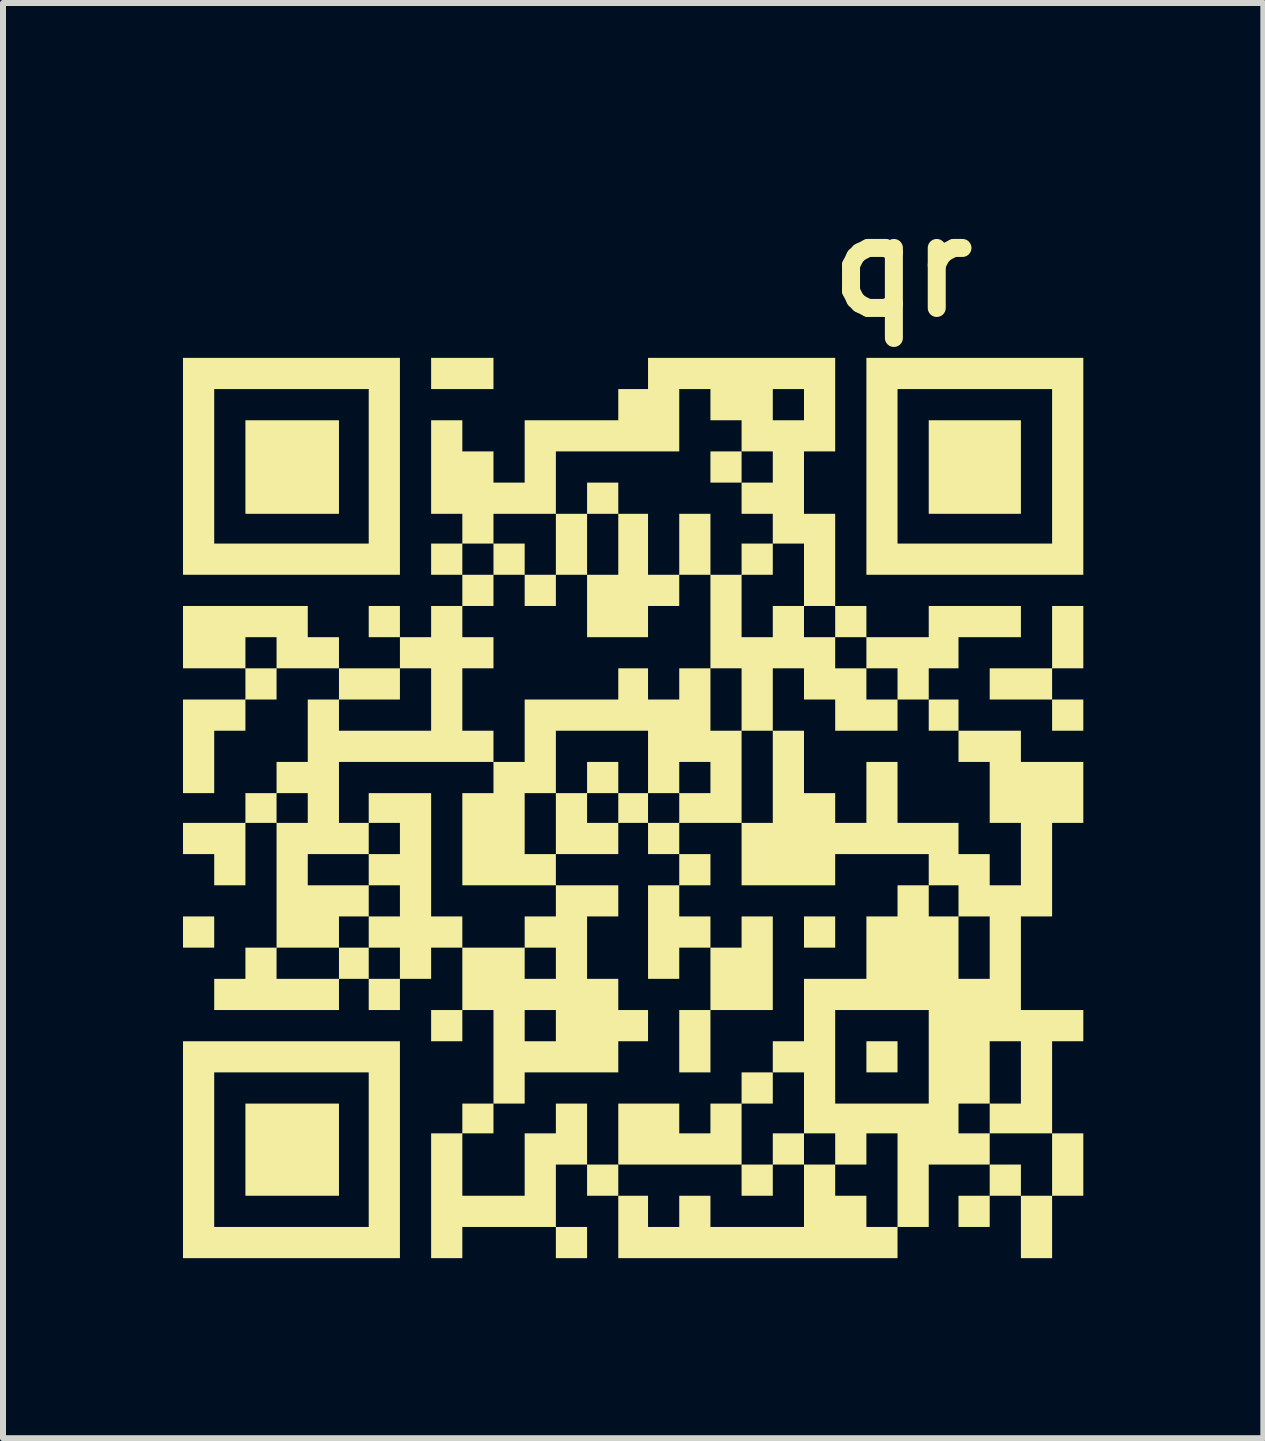
<source format=kicad_pcb>
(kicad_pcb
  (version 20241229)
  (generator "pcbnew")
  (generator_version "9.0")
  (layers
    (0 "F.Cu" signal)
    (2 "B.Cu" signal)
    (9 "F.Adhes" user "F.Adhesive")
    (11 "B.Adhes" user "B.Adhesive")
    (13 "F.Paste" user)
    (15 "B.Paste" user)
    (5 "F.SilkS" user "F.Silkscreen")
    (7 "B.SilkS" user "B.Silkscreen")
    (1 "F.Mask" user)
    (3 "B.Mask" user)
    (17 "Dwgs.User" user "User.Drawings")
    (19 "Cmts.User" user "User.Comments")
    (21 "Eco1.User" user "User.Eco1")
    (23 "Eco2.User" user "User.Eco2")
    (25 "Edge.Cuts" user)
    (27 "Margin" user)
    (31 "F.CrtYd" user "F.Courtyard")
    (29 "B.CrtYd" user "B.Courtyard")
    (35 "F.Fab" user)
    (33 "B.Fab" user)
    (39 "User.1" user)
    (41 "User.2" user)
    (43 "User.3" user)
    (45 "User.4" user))
  (footprint "qr"
    (layer "F.Cu")
    (at 7.49 10.404)
    (property "Reference" "qr" (at 4.5 -9 0) (layer "F.SilkS") (effects (font (size 1.5 1.5) (thickness 0.3))))
    (attr board_only exclude_from_pos_files exclude_from_bom)
    (fp_poly (pts (xy -6.97 2.079) (xy -6.97 2.339) (xy -7.23 2.339) (xy -7.49 2.339) (xy -7.49 2.079) (xy -7.49 1.819) (xy -7.23 1.819) (xy -6.97 1.819)) (stroke (width 0) (type solid)) (fill yes) (layer "F.SilkS"))
    (fp_poly (pts (xy -4.891 -5.671) (xy -4.891 -4.891) (xy -5.671 -4.891) (xy -6.45 -4.891) (xy -6.45 -5.671) (xy -6.45 -6.45) (xy -5.671 -6.45) (xy -4.891 -6.45)) (stroke (width 0) (type solid)) (fill yes) (layer "F.SilkS"))
    (fp_poly (pts (xy -4.891 5.706) (xy -4.891 6.474) (xy -5.671 6.474) (xy -6.45 6.474) (xy -6.45 5.706) (xy -6.45 4.938) (xy -5.671 4.938) (xy -4.891 4.938)) (stroke (width 0) (type solid)) (fill yes) (layer "F.SilkS"))
    (fp_poly (pts (xy -2.316 -7.23) (xy -2.316 -6.97) (xy -2.835 -6.97) (xy -3.355 -6.97) (xy -3.355 -7.23) (xy -3.355 -7.49) (xy -2.835 -7.49) (xy -2.316 -7.49)) (stroke (width 0) (type solid)) (fill yes) (layer "F.SilkS"))
    (fp_poly (pts (xy -0.756 7.254) (xy -0.756 7.514) (xy -1.016 7.514) (xy -1.276 7.514) (xy -1.276 7.254) (xy -1.276 6.994) (xy -1.016 6.994) (xy -0.756 6.994)) (stroke (width 0) (type solid)) (fill yes) (layer "F.SilkS"))
    (fp_poly (pts (xy -0.236 -0.496) (xy -0.236 -0.236) (xy -0.496 -0.236) (xy -0.756 -0.236) (xy -0.756 -0.496) (xy -0.756 -0.756) (xy -0.496 -0.756) (xy -0.236 -0.756)) (stroke (width 0) (type solid)) (fill yes) (layer "F.SilkS"))
    (fp_poly (pts (xy -0.236 6.214) (xy -0.236 6.474) (xy -0.496 6.474) (xy -0.756 6.474) (xy -0.756 6.214) (xy -0.756 5.954) (xy -0.496 5.954) (xy -0.236 5.954)) (stroke (width 0) (type solid)) (fill yes) (layer "F.SilkS"))
    (fp_poly (pts (xy 1.819 -5.671) (xy 1.819 -5.411) (xy 1.559 -5.411) (xy 1.3 -5.411) (xy 1.3 -5.671) (xy 1.3 -5.931) (xy 1.559 -5.931) (xy 1.819 -5.931)) (stroke (width 0) (type solid)) (fill yes) (layer "F.SilkS"))
    (fp_poly (pts (xy 3.379 2.079) (xy 3.379 2.339) (xy 3.119 2.339) (xy 2.859 2.339) (xy 2.859 2.079) (xy 2.859 1.819) (xy 3.119 1.819) (xy 3.379 1.819)) (stroke (width 0) (type solid)) (fill yes) (layer "F.SilkS"))
    (fp_poly (pts (xy 4.418 4.159) (xy 4.418 4.418) (xy 4.159 4.418) (xy 3.899 4.418) (xy 3.899 4.159) (xy 3.899 3.899) (xy 4.159 3.899) (xy 4.418 3.899)) (stroke (width 0) (type solid)) (fill yes) (layer "F.SilkS"))
    (fp_poly (pts (xy 5.434 -1.536) (xy 5.434 -1.276) (xy 5.186 -1.276) (xy 4.938 -1.276) (xy 4.938 -1.536) (xy 4.938 -1.796) (xy 5.186 -1.796) (xy 5.434 -1.796)) (stroke (width 0) (type solid)) (fill yes) (layer "F.SilkS"))
    (fp_poly (pts (xy 6.474 -5.671) (xy 6.474 -4.891) (xy 5.706 -4.891) (xy 4.938 -4.891) (xy 4.938 -5.671) (xy 4.938 -6.45) (xy 5.706 -6.45) (xy 6.474 -6.45)) (stroke (width 0) (type solid)) (fill yes) (layer "F.SilkS"))
    (fp_poly (pts (xy 7.514 -1.536) (xy 7.514 -1.276) (xy 7.254 -1.276) (xy 6.994 -1.276) (xy 6.994 -1.536) (xy 6.994 -1.796) (xy 7.254 -1.796) (xy 7.514 -1.796)) (stroke (width 0) (type solid)) (fill yes) (layer "F.SilkS"))
    (fp_poly (pts (xy 7.514 -2.835) (xy 7.514 -2.316) (xy 7.254 -2.316) (xy 6.994 -2.316) (xy 6.994 -2.056) (xy 6.994 -1.796) (xy 6.474 -1.796) (xy 5.954 -1.796) (xy 5.954 -2.056) (xy 5.954 -2.316) (xy 6.474 -2.316) (xy 6.994 -2.316) (xy 6.994 -2.835) (xy 6.994 -3.355) (xy 7.254 -3.355) (xy 7.514 -3.355)) (stroke (width 0) (type solid)) (fill yes) (layer "F.SilkS"))
    (fp_poly (pts (xy -3.875 -5.683) (xy -3.875 -3.875) (xy -5.683 -3.875) (xy -7.49 -3.875) (xy -7.49 -5.683) (xy -6.97 -5.683) (xy -6.97 -4.395) (xy -5.683 -4.395) (xy -4.395 -4.395) (xy -4.395 -5.683) (xy -4.395 -6.97) (xy -5.683 -6.97) (xy -6.97 -6.97) (xy -6.97 -5.683) (xy -7.49 -5.683) (xy -7.49 -7.49) (xy -5.683 -7.49) (xy -3.875 -7.49)) (stroke (width 0) (type solid)) (fill yes) (layer "F.SilkS"))
    (fp_poly (pts (xy -3.875 5.706) (xy -3.875 7.514) (xy -5.683 7.514) (xy -7.49 7.514) (xy -7.49 5.706) (xy -6.97 5.706) (xy -6.97 6.994) (xy -5.683 6.994) (xy -4.395 6.994) (xy -4.395 5.706) (xy -4.395 4.418) (xy -5.683 4.418) (xy -6.97 4.418) (xy -6.97 5.706) (xy -7.49 5.706) (xy -7.49 3.899) (xy -5.683 3.899) (xy -3.875 3.899)) (stroke (width 0) (type solid)) (fill yes) (layer "F.SilkS"))
    (fp_poly (pts (xy 7.514 -5.683) (xy 7.514 -3.875) (xy 5.706 -3.875) (xy 3.899 -3.875) (xy 3.899 -5.683) (xy 4.418 -5.683) (xy 4.418 -4.395) (xy 5.706 -4.395) (xy 6.994 -4.395) (xy 6.994 -5.683) (xy 6.994 -6.97) (xy 5.706 -6.97) (xy 4.418 -6.97) (xy 4.418 -5.683) (xy 3.899 -5.683) (xy 3.899 -7.49) (xy 5.706 -7.49) (xy 7.514 -7.49)) (stroke (width 0) (type solid)) (fill yes) (layer "F.SilkS"))
    (fp_poly (pts (xy 3.899 -3.095) (xy 3.899 -2.835) (xy 4.418 -2.835) (xy 4.938 -2.835) (xy 4.938 -3.095) (xy 4.938 -3.355) (xy 5.706 -3.355) (xy 6.474 -3.355) (xy 6.474 -3.095) (xy 6.474 -2.835) (xy 5.954 -2.835) (xy 5.434 -2.835) (xy 5.434 -2.575) (xy 5.434 -2.316) (xy 5.186 -2.316) (xy 4.938 -2.316) (xy 4.938 -2.056) (xy 4.938 -1.796) (xy 4.678 -1.796) (xy 4.418 -1.796) (xy 4.418 -2.056) (xy 4.418 -2.316) (xy 4.159 -2.316) (xy 3.899 -2.316) (xy 3.899 -2.575) (xy 3.899 -2.835) (xy 3.639 -2.835) (xy 3.379 -2.835) (xy 3.379 -3.095) (xy 3.379 -3.355) (xy 3.639 -3.355) (xy 3.899 -3.355)) (stroke (width 0) (type solid)) (fill yes) (layer "F.SilkS"))
    (fp_poly (pts (xy 7.514 5.954) (xy 7.514 6.474) (xy 7.254 6.474) (xy 6.994 6.474) (xy 6.994 6.994) (xy 6.994 7.514) (xy 6.734 7.514) (xy 6.474 7.514) (xy 6.474 6.994) (xy 6.474 6.474) (xy 6.214 6.474) (xy 5.954 6.474) (xy 5.954 6.734) (xy 5.954 6.994) (xy 5.694 6.994) (xy 5.434 6.994) (xy 5.434 6.734) (xy 5.434 6.474) (xy 5.694 6.474) (xy 5.954 6.474) (xy 5.954 6.214) (xy 5.954 5.954) (xy 6.214 5.954) (xy 6.474 5.954) (xy 6.474 6.214) (xy 6.474 6.474) (xy 6.734 6.474) (xy 6.994 6.474) (xy 6.994 5.954) (xy 6.994 5.434) (xy 7.254 5.434) (xy 7.514 5.434)) (stroke (width 0) (type solid)) (fill yes) (layer "F.SilkS"))
    (fp_poly (pts (xy 2.339 4.678) (xy 2.339 4.938) (xy 2.079 4.938) (xy 1.819 4.938) (xy 1.819 5.446) (xy 1.819 5.954) (xy 2.079 5.954) (xy 2.339 5.954) (xy 2.339 5.694) (xy 2.339 5.434) (xy 2.599 5.434) (xy 2.859 5.434) (xy 2.859 5.694) (xy 2.859 5.954) (xy 2.599 5.954) (xy 2.339 5.954) (xy 2.339 6.214) (xy 2.339 6.474) (xy 2.079 6.474) (xy 1.819 6.474) (xy 1.819 6.214) (xy 1.819 5.954) (xy 0.792 5.954) (xy -0.236 5.954) (xy -0.236 5.446) (xy -0.236 4.938) (xy 0.272 4.938) (xy 0.78 4.938) (xy 0.78 5.186) (xy 0.78 5.434) (xy 1.04 5.434) (xy 1.3 5.434) (xy 1.3 5.186) (xy 1.3 4.938) (xy 1.559 4.938) (xy 1.819 4.938) (xy 1.819 4.678) (xy 1.819 4.418) (xy 2.079 4.418) (xy 2.339 4.418)) (stroke (width 0) (type solid)) (fill yes) (layer "F.SilkS"))
    (fp_poly (pts (xy 1.3 1.04) (xy 1.3 1.3) (xy 1.04 1.3) (xy 0.78 1.3) (xy 0.78 1.559) (xy 0.78 1.819) (xy 1.04 1.819) (xy 1.3 1.819) (xy 1.3 2.079) (xy 1.3 2.339) (xy 1.559 2.339) (xy 1.819 2.339) (xy 1.819 2.079) (xy 1.819 1.819) (xy 2.079 1.819) (xy 2.339 1.819) (xy 2.339 2.599) (xy 2.339 3.379) (xy 1.819 3.379) (xy 1.3 3.379) (xy 1.3 3.899) (xy 1.3 4.418) (xy 1.04 4.418) (xy 0.78 4.418) (xy 0.78 3.899) (xy 0.78 3.379) (xy 1.04 3.379) (xy 1.3 3.379) (xy 1.3 2.859) (xy 1.3 2.339) (xy 1.04 2.339) (xy 0.78 2.339) (xy 0.78 2.599) (xy 0.78 2.859) (xy 0.52 2.859) (xy 0.26 2.859) (xy 0.26 2.079) (xy 0.26 1.3) (xy 0.52 1.3) (xy 0.78 1.3) (xy 0.78 1.04) (xy 0.78 0.78) (xy 1.04 0.78) (xy 1.3 0.78)) (stroke (width 0) (type solid)) (fill yes) (layer "F.SilkS"))
    (fp_poly (pts (xy 3.379 -6.71) (xy 3.379 -5.931) (xy 3.119 -5.931) (xy 2.859 -5.931) (xy 2.859 -5.411) (xy 2.859 -4.891) (xy 3.119 -4.891) (xy 3.379 -4.891) (xy 3.379 -4.123) (xy 3.379 -3.355) (xy 3.119 -3.355) (xy 2.859 -3.355) (xy 2.859 -3.875) (xy 2.859 -4.395) (xy 2.599 -4.395) (xy 2.339 -4.395) (xy 2.339 -4.643) (xy 2.339 -4.891) (xy 2.079 -4.891) (xy 1.819 -4.891) (xy 1.819 -5.151) (xy 1.819 -5.411) (xy 2.079 -5.411) (xy 2.339 -5.411) (xy 2.339 -5.671) (xy 2.339 -5.931) (xy 2.079 -5.931) (xy 1.819 -5.931) (xy 1.819 -6.191) (xy 1.819 -6.45) (xy 1.559 -6.45) (xy 1.3 -6.45) (xy 1.3 -6.71) (xy 2.339 -6.71) (xy 2.339 -6.45) (xy 2.599 -6.45) (xy 2.859 -6.45) (xy 2.859 -6.71) (xy 2.859 -6.97) (xy 2.599 -6.97) (xy 2.339 -6.97) (xy 2.339 -6.71) (xy 1.3 -6.71) (xy 1.3 -6.97) (xy 1.04 -6.97) (xy 0.78 -6.97) (xy 0.78 -6.45) (xy 0.78 -5.931) (xy -0.248 -5.931) (xy -1.276 -5.931) (xy -1.276 -5.411) (xy -1.276 -4.891) (xy -1.796 -4.891) (xy -2.316 -4.891) (xy -2.316 -4.643) (xy -2.316 -4.395) (xy -2.575 -4.395) (xy -2.835 -4.395) (xy -2.835 -4.135) (xy -2.835 -3.875) (xy -3.095 -3.875) (xy -3.355 -3.875) (xy -3.355 -4.135) (xy -3.355 -4.395) (xy -3.095 -4.395) (xy -2.835 -4.395) (xy -2.835 -4.643) (xy -2.835 -4.891) (xy -3.095 -4.891) (xy -3.355 -4.891) (xy -3.355 -5.671) (xy -3.355 -6.45) (xy -3.095 -6.45) (xy -2.835 -6.45) (xy -2.835 -6.191) (xy -2.835 -5.931) (xy -2.575 -5.931) (xy -2.316 -5.931) (xy -2.316 -5.671) (xy -2.316 -5.411) (xy -2.056 -5.411) (xy -1.796 -5.411) (xy -1.796 -5.931) (xy -1.796 -6.45) (xy -1.016 -6.45) (xy -0.236 -6.45) (xy -0.236 -6.71) (xy -0.236 -6.97) (xy 0.012 -6.97) (xy 0.26 -6.97) (xy 0.26 -7.23) (xy 0.26 -7.49) (xy 1.819 -7.49) (xy 3.379 -7.49)) (stroke (width 0) (type solid)) (fill yes) (layer "F.SilkS"))
    (fp_poly (pts (xy 2.859 -0.756) (xy 2.859 -0.236) (xy 3.119 -0.236) (xy 3.379 -0.236) (xy 3.379 0.012) (xy 3.379 0.26) (xy 3.639 0.26) (xy 3.899 0.26) (xy 3.899 -0.248) (xy 3.899 -0.756) (xy 4.159 -0.756) (xy 4.418 -0.756) (xy 4.418 -0.248) (xy 4.418 0.26) (xy 4.926 0.26) (xy 5.434 0.26) (xy 5.434 0.52) (xy 5.434 0.78) (xy 5.694 0.78) (xy 5.954 0.78) (xy 5.954 1.04) (xy 5.954 1.3) (xy 6.214 1.3) (xy 6.474 1.3) (xy 6.474 0.78) (xy 6.474 0.26) (xy 6.214 0.26) (xy 5.954 0.26) (xy 5.954 -0.248) (xy 5.954 -0.756) (xy 5.694 -0.756) (xy 5.434 -0.756) (xy 5.434 -1.016) (xy 5.434 -1.276) (xy 5.954 -1.276) (xy 6.474 -1.276) (xy 6.474 -1.016) (xy 6.474 -0.756) (xy 6.994 -0.756) (xy 7.514 -0.756) (xy 7.514 -0.248) (xy 7.514 0.26) (xy 7.254 0.26) (xy 6.994 0.26) (xy 6.994 1.04) (xy 6.994 1.819) (xy 6.734 1.819) (xy 6.474 1.819) (xy 6.474 2.599) (xy 6.474 3.379) (xy 6.994 3.379) (xy 7.514 3.379) (xy 7.514 3.639) (xy 7.514 3.899) (xy 7.254 3.899) (xy 6.994 3.899) (xy 6.994 4.667) (xy 6.994 5.434) (xy 6.474 5.434) (xy 5.954 5.434) (xy 5.954 5.694) (xy 5.954 5.954) (xy 5.446 5.954) (xy 4.938 5.954) (xy 4.938 6.474) (xy 4.938 6.994) (xy 4.678 6.994) (xy 4.418 6.994) (xy 4.418 7.254) (xy 4.418 7.514) (xy 2.091 7.514) (xy -0.236 7.514) (xy -0.236 6.994) (xy -0.236 6.474) (xy 0.012 6.474) (xy 0.26 6.474) (xy 0.26 6.734) (xy 0.26 6.994) (xy 0.52 6.994) (xy 0.78 6.994) (xy 0.78 6.734) (xy 0.78 6.474) (xy 1.04 6.474) (xy 1.3 6.474) (xy 1.3 6.734) (xy 1.3 6.994) (xy 2.079 6.994) (xy 2.859 6.994) (xy 2.859 6.474) (xy 2.859 5.954) (xy 3.119 5.954) (xy 3.379 5.954) (xy 3.379 6.214) (xy 3.379 6.474) (xy 3.639 6.474) (xy 3.899 6.474) (xy 3.899 6.734) (xy 3.899 6.994) (xy 4.159 6.994) (xy 4.418 6.994) (xy 4.418 6.214) (xy 4.418 5.434) (xy 4.159 5.434) (xy 3.899 5.434) (xy 3.899 5.694) (xy 3.899 5.954) (xy 3.639 5.954) (xy 3.379 5.954) (xy 3.379 5.694) (xy 3.379 5.434) (xy 3.119 5.434) (xy 2.859 5.434) (xy 2.859 4.926) (xy 2.859 4.418) (xy 2.599 4.418) (xy 2.339 4.418) (xy 2.339 4.159) (xy 3.379 4.159) (xy 3.379 4.938) (xy 4.159 4.938) (xy 4.938 4.938) (xy 5.434 4.938) (xy 5.434 5.186) (xy 5.434 5.434) (xy 5.694 5.434) (xy 5.954 5.434) (xy 5.954 5.186) (xy 5.954 4.938) (xy 6.214 4.938) (xy 6.474 4.938) (xy 6.474 4.418) (xy 6.474 3.899) (xy 6.214 3.899) (xy 5.954 3.899) (xy 5.954 4.418) (xy 5.954 4.938) (xy 5.694 4.938) (xy 5.434 4.938) (xy 4.938 4.938) (xy 4.938 4.159) (xy 4.938 3.379) (xy 4.159 3.379) (xy 3.379 3.379) (xy 3.379 4.159) (xy 2.339 4.159) (xy 2.339 3.899) (xy 2.599 3.899) (xy 2.859 3.899) (xy 2.859 3.379) (xy 2.859 2.859) (xy 3.379 2.859) (xy 3.899 2.859) (xy 3.899 2.339) (xy 5.434 2.339) (xy 5.434 2.859) (xy 5.694 2.859) (xy 5.954 2.859) (xy 5.954 2.339) (xy 5.954 1.819) (xy 5.694 1.819) (xy 5.434 1.819) (xy 5.434 2.339) (xy 3.899 2.339) (xy 3.899 1.819) (xy 4.159 1.819) (xy 4.418 1.819) (xy 4.418 1.559) (xy 4.938 1.559) (xy 4.938 1.819) (xy 5.186 1.819) (xy 5.434 1.819) (xy 5.434 1.559) (xy 5.434 1.3) (xy 5.186 1.3) (xy 4.938 1.3) (xy 4.938 1.559) (xy 4.418 1.559) (xy 4.418 1.3) (xy 4.678 1.3) (xy 4.938 1.3) (xy 4.938 1.04) (xy 4.938 0.78) (xy 4.159 0.78) (xy 3.379 0.78) (xy 3.379 1.04) (xy 3.379 1.3) (xy 2.599 1.3) (xy 1.819 1.3) (xy 1.819 0.78) (xy 1.819 0.26) (xy 2.079 0.26) (xy 2.339 0.26) (xy 2.339 -0.508) (xy 2.339 -1.276) (xy 2.599 -1.276) (xy 2.859 -1.276)) (stroke (width 0) (type solid)) (fill yes) (layer "F.SilkS"))
    (fp_poly (pts (xy -0.236 -5.151) (xy -0.236 -4.891) (xy -0.496 -4.891) (xy -0.756 -4.891) (xy -0.756 -4.383) (xy -0.756 -3.875) (xy -0.496 -3.875) (xy -0.236 -3.875) (xy -0.236 -4.383) (xy -0.236 -4.891) (xy 0.012 -4.891) (xy 0.26 -4.891) (xy 0.26 -4.383) (xy 0.26 -3.875) (xy 0.52 -3.875) (xy 0.78 -3.875) (xy 0.78 -4.383) (xy 0.78 -4.891) (xy 1.04 -4.891) (xy 1.3 -4.891) (xy 1.3 -4.383) (xy 1.3 -3.875) (xy 1.559 -3.875) (xy 1.819 -3.875) (xy 1.819 -4.135) (xy 1.819 -4.395) (xy 2.079 -4.395) (xy 2.339 -4.395) (xy 2.339 -4.135) (xy 2.339 -3.875) (xy 2.079 -3.875) (xy 1.819 -3.875) (xy 1.819 -3.355) (xy 1.819 -2.835) (xy 2.079 -2.835) (xy 2.339 -2.835) (xy 2.339 -3.095) (xy 2.339 -3.355) (xy 2.599 -3.355) (xy 2.859 -3.355) (xy 2.859 -3.095) (xy 2.859 -2.835) (xy 3.119 -2.835) (xy 3.379 -2.835) (xy 3.379 -2.575) (xy 3.379 -2.316) (xy 3.639 -2.316) (xy 3.899 -2.316) (xy 3.899 -2.056) (xy 3.899 -1.796) (xy 4.159 -1.796) (xy 4.418 -1.796) (xy 4.418 -1.536) (xy 4.418 -1.276) (xy 3.899 -1.276) (xy 3.379 -1.276) (xy 3.379 -1.536) (xy 3.379 -1.796) (xy 3.119 -1.796) (xy 2.859 -1.796) (xy 2.859 -2.056) (xy 2.859 -2.316) (xy 2.599 -2.316) (xy 2.339 -2.316) (xy 2.339 -1.796) (xy 2.339 -1.276) (xy 2.079 -1.276) (xy 1.819 -1.276) (xy 1.819 -0.508) (xy 1.819 0.26) (xy 1.3 0.26) (xy 0.78 0.26) (xy 0.78 0.52) (xy 0.78 0.78) (xy 0.52 0.78) (xy 0.26 0.78) (xy 0.26 0.52) (xy 0.26 0.26) (xy 0.012 0.26) (xy -0.236 0.26) (xy -0.236 0.52) (xy -0.236 0.78) (xy -0.756 0.78) (xy -1.276 0.78) (xy -1.276 1.04) (xy -1.276 1.3) (xy -2.056 1.3) (xy -2.835 1.3) (xy -2.835 0.532) (xy -2.835 -0.236) (xy -2.575 -0.236) (xy -2.316 -0.236) (xy -1.796 -0.236) (xy -1.796 0.272) (xy -1.796 0.78) (xy -1.536 0.78) (xy -1.276 0.78) (xy -1.276 0.272) (xy -1.276 -0.236) (xy -1.016 -0.236) (xy -0.756 -0.236) (xy -0.756 0.012) (xy -0.756 0.26) (xy -0.496 0.26) (xy -0.236 0.26) (xy -0.236 0.012) (xy -0.236 -0.236) (xy 0.012 -0.236) (xy 0.26 -0.236) (xy 0.26 0.012) (xy 0.26 0.26) (xy 0.52 0.26) (xy 0.78 0.26) (xy 0.78 0.012) (xy 0.78 -0.236) (xy 1.04 -0.236) (xy 1.3 -0.236) (xy 1.3 -0.496) (xy 1.3 -0.756) (xy 1.04 -0.756) (xy 0.78 -0.756) (xy 0.78 -0.496) (xy 0.78 -0.236) (xy 0.52 -0.236) (xy 0.26 -0.236) (xy 0.26 -0.756) (xy 0.26 -1.276) (xy -0.508 -1.276) (xy -1.276 -1.276) (xy -1.276 -0.756) (xy -1.276 -0.236) (xy -1.536 -0.236) (xy -1.796 -0.236) (xy -2.316 -0.236) (xy -2.316 -0.496) (xy -2.316 -0.756) (xy -2.056 -0.756) (xy -1.796 -0.756) (xy -1.796 -1.276) (xy -1.796 -1.796) (xy -1.016 -1.796) (xy -0.236 -1.796) (xy -0.236 -2.056) (xy -0.236 -2.316) (xy 0.012 -2.316) (xy 0.26 -2.316) (xy 0.26 -2.056) (xy 0.26 -1.796) (xy 0.52 -1.796) (xy 0.78 -1.796) (xy 1.3 -1.796) (xy 1.3 -1.276) (xy 1.559 -1.276) (xy 1.819 -1.276) (xy 1.819 -1.796) (xy 1.819 -2.316) (xy 1.559 -2.316) (xy 1.3 -2.316) (xy 1.3 -1.796) (xy 0.78 -1.796) (xy 0.78 -2.056) (xy 0.78 -2.316) (xy 1.04 -2.316) (xy 1.3 -2.316) (xy 1.3 -3.095) (xy 1.3 -3.875) (xy 1.04 -3.875) (xy 0.78 -3.875) (xy 0.78 -3.615) (xy 0.78 -3.355) (xy 0.52 -3.355) (xy 0.26 -3.355) (xy 0.26 -3.095) (xy 0.26 -2.835) (xy -0.248 -2.835) (xy -0.756 -2.835) (xy -0.756 -3.355) (xy -0.756 -3.875) (xy -1.016 -3.875) (xy -1.276 -3.875) (xy -1.276 -3.615) (xy -1.276 -3.355) (xy -1.536 -3.355) (xy -1.796 -3.355) (xy -1.796 -3.615) (xy -1.796 -3.875) (xy -2.056 -3.875) (xy -2.316 -3.875) (xy -2.316 -4.135) (xy -2.316 -4.395) (xy -2.056 -4.395) (xy -1.796 -4.395) (xy -1.796 -4.135) (xy -1.796 -3.875) (xy -1.536 -3.875) (xy -1.276 -3.875) (xy -1.276 -4.383) (xy -1.276 -4.891) (xy -1.016 -4.891) (xy -0.756 -4.891) (xy -0.756 -5.151) (xy -0.756 -5.411) (xy -0.496 -5.411) (xy -0.236 -5.411)) (stroke (width 0) (type solid)) (fill yes) (layer "F.SilkS"))
    (fp_poly (pts (xy -2.316 -3.615) (xy -2.316 -3.355) (xy -2.575 -3.355) (xy -2.835 -3.355) (xy -2.835 -3.095) (xy -2.835 -2.835) (xy -2.575 -2.835) (xy -2.316 -2.835) (xy -2.316 -2.575) (xy -2.316 -2.316) (xy -2.575 -2.316) (xy -2.835 -2.316) (xy -2.835 -1.796) (xy -2.835 -1.276) (xy -2.575 -1.276) (xy -2.316 -1.276) (xy -2.316 -1.016) (xy -2.316 -0.756) (xy -3.603 -0.756) (xy -4.891 -0.756) (xy -4.891 -0.248) (xy -4.891 0.26) (xy -4.643 0.26) (xy -4.395 0.26) (xy -4.395 0.012) (xy -4.395 -0.236) (xy -3.875 -0.236) (xy -3.355 -0.236) (xy -3.355 0.792) (xy -3.355 1.819) (xy -3.095 1.819) (xy -2.835 1.819) (xy -2.835 2.079) (xy -2.835 2.339) (xy -2.316 2.339) (xy -1.796 2.339) (xy -1.796 2.079) (xy -1.796 1.819) (xy -1.536 1.819) (xy -1.276 1.819) (xy -1.276 1.559) (xy -1.276 1.3) (xy -0.756 1.3) (xy -0.236 1.3) (xy -0.236 1.559) (xy -0.236 1.819) (xy -0.496 1.819) (xy -0.756 1.819) (xy -0.756 2.339) (xy -0.756 2.859) (xy -0.496 2.859) (xy -0.236 2.859) (xy -0.236 3.119) (xy -0.236 3.379) (xy 0.012 3.379) (xy 0.26 3.379) (xy 0.26 3.639) (xy 0.26 3.899) (xy 0.012 3.899) (xy -0.236 3.899) (xy -0.236 4.159) (xy -0.236 4.418) (xy -1.016 4.418) (xy -1.796 4.418) (xy -1.796 4.678) (xy -1.796 4.938) (xy -2.056 4.938) (xy -2.316 4.938) (xy -2.316 5.186) (xy -2.316 5.434) (xy -2.575 5.434) (xy -2.835 5.434) (xy -2.835 5.954) (xy -2.835 6.474) (xy -2.316 6.474) (xy -1.796 6.474) (xy -1.796 5.954) (xy -1.796 5.434) (xy -1.536 5.434) (xy -1.276 5.434) (xy -1.276 5.186) (xy -1.276 4.938) (xy -1.016 4.938) (xy -0.756 4.938) (xy -0.756 5.446) (xy -0.756 5.954) (xy -1.016 5.954) (xy -1.276 5.954) (xy -1.276 6.474) (xy -1.276 6.994) (xy -2.056 6.994) (xy -2.835 6.994) (xy -2.835 7.254) (xy -2.835 7.514) (xy -3.095 7.514) (xy -3.355 7.514) (xy -3.355 6.474) (xy -3.355 5.434) (xy -3.095 5.434) (xy -2.835 5.434) (xy -2.835 5.186) (xy -2.835 4.938) (xy -2.575 4.938) (xy -2.316 4.938) (xy -2.316 4.159) (xy -2.316 3.639) (xy -1.796 3.639) (xy -1.796 3.899) (xy -1.536 3.899) (xy -1.276 3.899) (xy -1.276 3.639) (xy -1.276 3.379) (xy -1.536 3.379) (xy -1.796 3.379) (xy -1.796 3.639) (xy -2.316 3.639) (xy -2.316 3.379) (xy -2.575 3.379) (xy -2.835 3.379) (xy -2.835 3.639) (xy -2.835 3.899) (xy -3.095 3.899) (xy -3.355 3.899) (xy -3.355 3.639) (xy -3.355 3.379) (xy -3.095 3.379) (xy -2.835 3.379) (xy -2.835 2.859) (xy -2.835 2.599) (xy -1.796 2.599) (xy -1.796 2.859) (xy -1.536 2.859) (xy -1.276 2.859) (xy -1.276 2.599) (xy -1.276 2.339) (xy -1.536 2.339) (xy -1.796 2.339) (xy -1.796 2.599) (xy -2.835 2.599) (xy -2.835 2.339) (xy -3.095 2.339) (xy -3.355 2.339) (xy -3.355 2.599) (xy -3.355 2.859) (xy -3.615 2.859) (xy -3.875 2.859) (xy -3.875 3.119) (xy -3.875 3.379) (xy -4.135 3.379) (xy -4.395 3.379) (xy -4.395 3.119) (xy -4.395 2.859) (xy -4.643 2.859) (xy -4.891 2.859) (xy -4.891 3.119) (xy -4.891 3.379) (xy -5.931 3.379) (xy -6.97 3.379) (xy -6.97 3.119) (xy -6.97 2.859) (xy -6.71 2.859) (xy -6.45 2.859) (xy -6.45 2.599) (xy -6.45 2.339) (xy -6.191 2.339) (xy -5.931 2.339) (xy -5.931 2.599) (xy -5.931 2.859) (xy -5.411 2.859) (xy -4.891 2.859) (xy -4.891 2.599) (xy -4.395 2.599) (xy -4.395 2.859) (xy -4.135 2.859) (xy -3.875 2.859) (xy -3.875 2.599) (xy -3.875 2.339) (xy -4.135 2.339) (xy -4.395 2.339) (xy -4.395 2.599) (xy -4.891 2.599) (xy -4.891 2.339) (xy -4.643 2.339) (xy -4.395 2.339) (xy -4.395 2.079) (xy -4.395 1.819) (xy -4.135 1.819) (xy -3.875 1.819) (xy -3.875 1.559) (xy -3.875 1.3) (xy -4.135 1.3) (xy -4.395 1.3) (xy -4.395 1.559) (xy -4.395 1.819) (xy -4.643 1.819) (xy -4.891 1.819) (xy -4.891 2.079) (xy -4.891 2.339) (xy -5.411 2.339) (xy -5.931 2.339) (xy -5.931 1.3) (xy -5.931 0.78) (xy -5.411 0.78) (xy -5.411 1.04) (xy -5.411 1.3) (xy -4.903 1.3) (xy -4.395 1.3) (xy -4.395 1.04) (xy -4.395 0.78) (xy -4.135 0.78) (xy -3.875 0.78) (xy -3.875 0.52) (xy -3.875 0.26) (xy -4.135 0.26) (xy -4.395 0.26) (xy -4.395 0.52) (xy -4.395 0.78) (xy -4.903 0.78) (xy -5.411 0.78) (xy -5.931 0.78) (xy -5.931 0.26) (xy -6.191 0.26) (xy -6.45 0.26) (xy -6.45 0.78) (xy -6.45 1.3) (xy -6.71 1.3) (xy -6.97 1.3) (xy -6.97 1.04) (xy -6.97 0.78) (xy -7.23 0.78) (xy -7.49 0.78) (xy -7.49 0.52) (xy -7.49 0.26) (xy -6.97 0.26) (xy -6.45 0.26) (xy -6.45 0.012) (xy -5.931 0.012) (xy -5.931 0.26) (xy -5.671 0.26) (xy -5.411 0.26) (xy -5.411 0.012) (xy -5.411 -0.236) (xy -5.671 -0.236) (xy -5.931 -0.236) (xy -5.931 0.012) (xy -6.45 0.012) (xy -6.45 -0.236) (xy -6.191 -0.236) (xy -5.931 -0.236) (xy -5.931 -0.496) (xy -5.931 -0.756) (xy -5.671 -0.756) (xy -5.411 -0.756) (xy -5.411 -1.276) (xy -5.411 -1.796) (xy -5.151 -1.796) (xy -4.891 -1.796) (xy -4.891 -1.536) (xy -4.891 -1.276) (xy -4.123 -1.276) (xy -3.355 -1.276) (xy -3.355 -1.796) (xy -3.355 -2.316) (xy -3.615 -2.316) (xy -3.875 -2.316) (xy -3.875 -2.056) (xy -3.875 -1.796) (xy -4.383 -1.796) (xy -4.891 -1.796) (xy -4.891 -2.056) (xy -4.891 -2.316) (xy -5.411 -2.316) (xy -5.931 -2.316) (xy -5.931 -2.056) (xy -5.931 -1.796) (xy -6.191 -1.796) (xy -6.45 -1.796) (xy -6.45 -1.536) (xy -6.45 -1.276) (xy -6.71 -1.276) (xy -6.97 -1.276) (xy -6.97 -0.756) (xy -6.97 -0.236) (xy -7.23 -0.236) (xy -7.49 -0.236) (xy -7.49 -1.016) (xy -7.49 -1.796) (xy -6.97 -1.796) (xy -6.45 -1.796) (xy -6.45 -2.056) (xy -6.45 -2.316) (xy -6.97 -2.316) (xy -7.49 -2.316) (xy -7.49 -2.575) (xy -6.45 -2.575) (xy -6.45 -2.316) (xy -6.191 -2.316) (xy -5.931 -2.316) (xy -5.931 -2.575) (xy -5.931 -2.835) (xy -6.191 -2.835) (xy -6.45 -2.835) (xy -6.45 -2.575) (xy -7.49 -2.575) (xy -7.49 -2.835) (xy -7.49 -3.355) (xy -6.45 -3.355) (xy -5.411 -3.355) (xy -5.411 -3.095) (xy -5.411 -2.835) (xy -5.151 -2.835) (xy -4.891 -2.835) (xy -4.891 -2.575) (xy -4.891 -2.316) (xy -4.383 -2.316) (xy -3.875 -2.316) (xy -3.875 -2.575) (xy -3.875 -2.835) (xy -4.135 -2.835) (xy -4.395 -2.835) (xy -4.395 -3.095) (xy -4.395 -3.355) (xy -4.135 -3.355) (xy -3.875 -3.355) (xy -3.875 -3.095) (xy -3.875 -2.835) (xy -3.615 -2.835) (xy -3.355 -2.835) (xy -3.355 -3.095) (xy -3.355 -3.355) (xy -3.095 -3.355) (xy -2.835 -3.355) (xy -2.835 -3.615) (xy -2.835 -3.875) (xy -2.575 -3.875) (xy -2.316 -3.875)) (stroke (width 0) (type solid)) (fill yes) (layer "F.SilkS")))
  (gr_rect
    (start -3 -3)
    (end 18.004 20.918)
    (stroke (width 0.1) (type default))
    (fill no)
    (layer "Edge.Cuts")))
</source>
